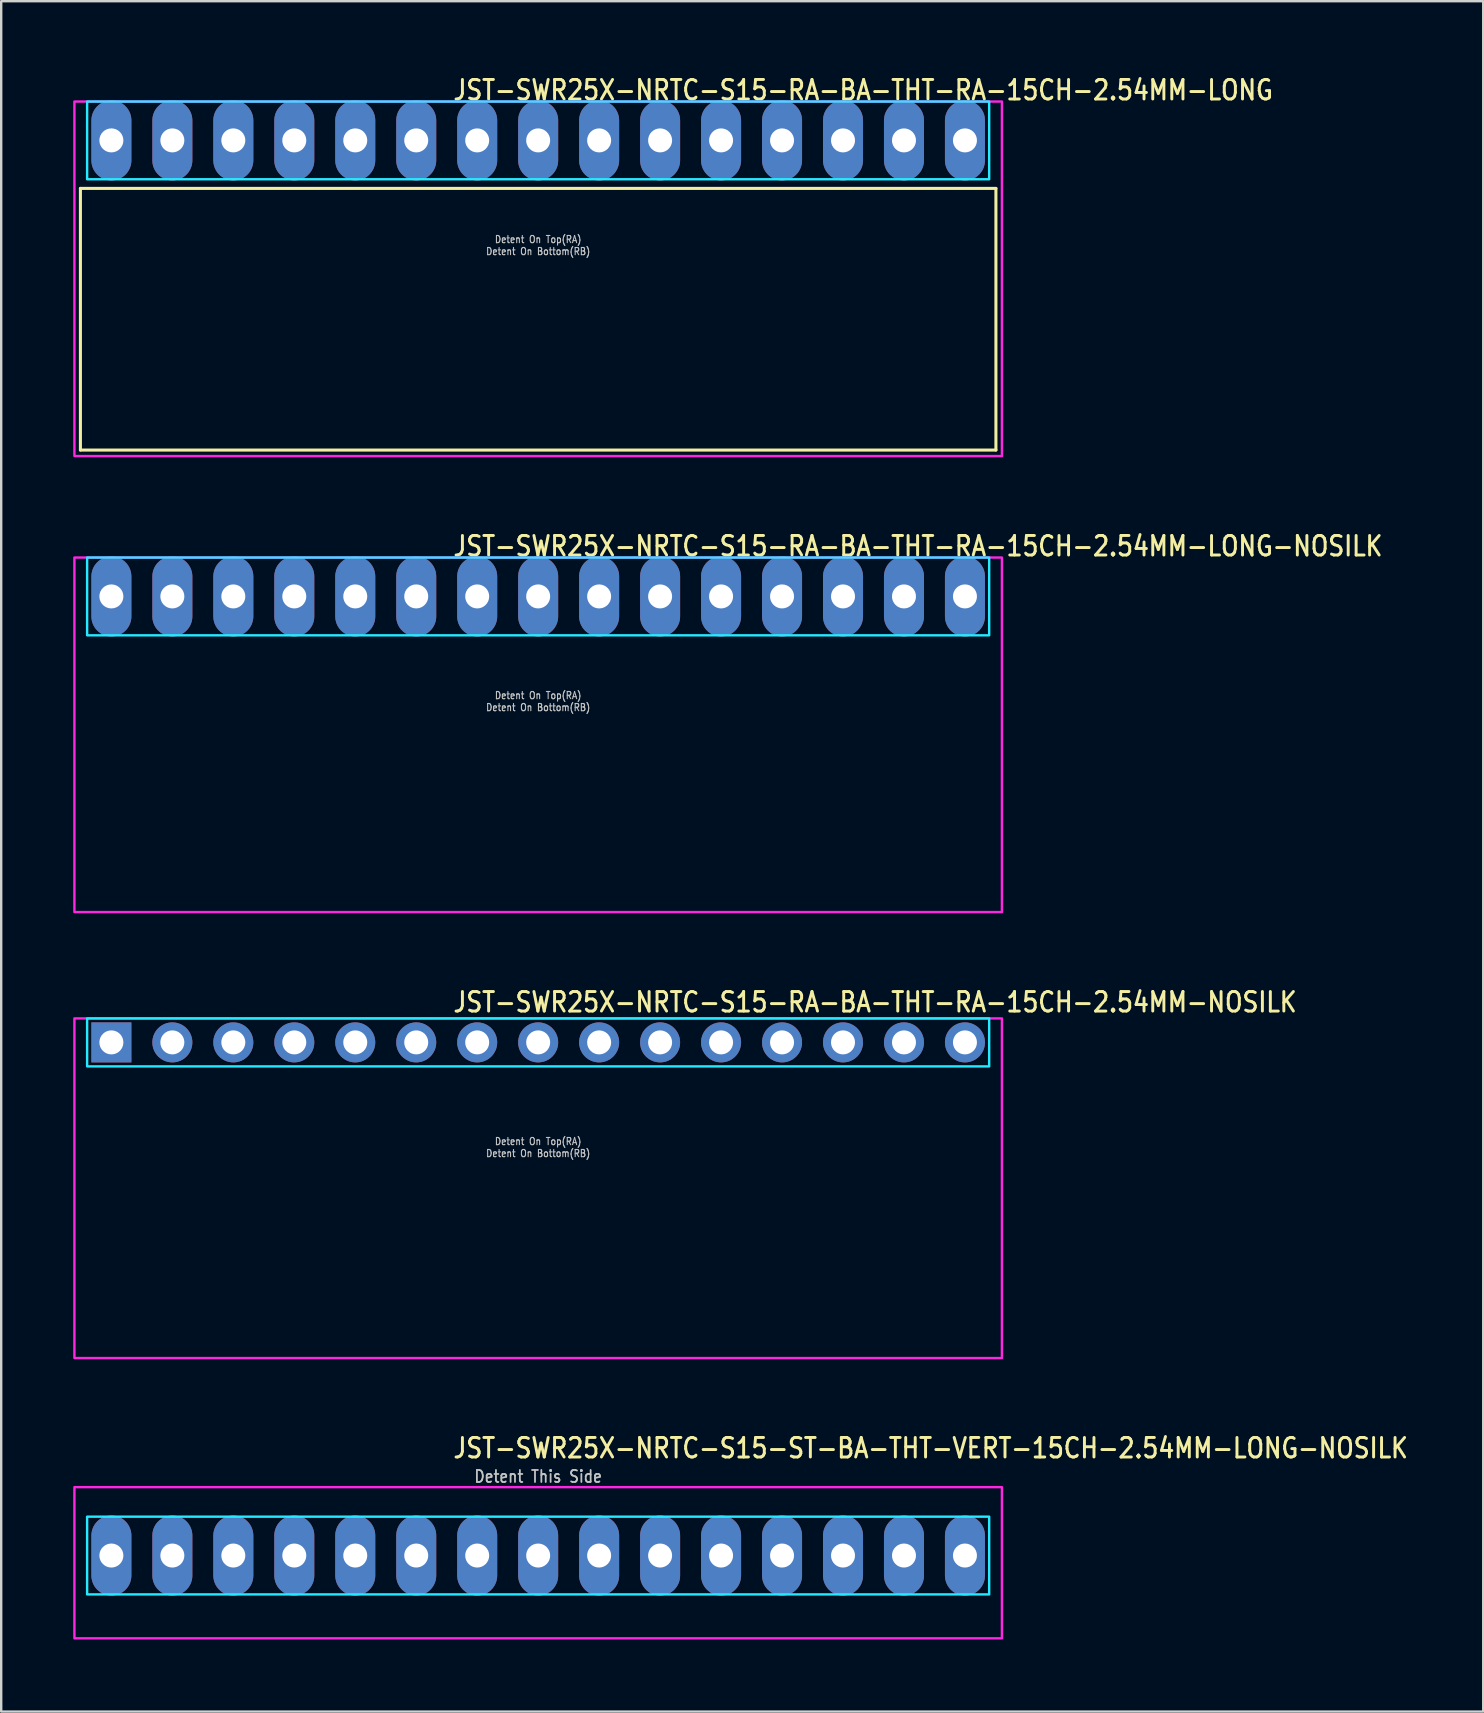
<source format=kicad_pcb>
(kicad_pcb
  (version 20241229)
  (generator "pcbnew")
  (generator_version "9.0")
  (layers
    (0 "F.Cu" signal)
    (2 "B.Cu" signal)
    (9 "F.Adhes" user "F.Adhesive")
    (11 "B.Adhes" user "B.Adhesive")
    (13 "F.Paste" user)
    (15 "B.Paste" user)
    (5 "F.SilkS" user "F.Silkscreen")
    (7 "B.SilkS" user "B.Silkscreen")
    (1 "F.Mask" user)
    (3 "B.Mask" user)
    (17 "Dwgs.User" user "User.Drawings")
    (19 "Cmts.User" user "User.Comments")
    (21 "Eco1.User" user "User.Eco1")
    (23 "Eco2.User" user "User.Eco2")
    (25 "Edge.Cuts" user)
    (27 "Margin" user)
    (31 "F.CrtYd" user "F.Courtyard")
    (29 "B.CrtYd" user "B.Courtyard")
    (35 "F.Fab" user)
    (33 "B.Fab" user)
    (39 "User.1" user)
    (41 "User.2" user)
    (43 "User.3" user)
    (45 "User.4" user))
  (footprint "JST-SWR25X-NRTC-S15-RA-BA-THT-RA-15CH-2.54MM-LONG"
    (layer "F.Cu")
    (at 19.37 2.799)
    (property "Reference" "JST-SWR25X-NRTC-S15-RA-BA-THT-RA-15CH-2.54MM-LONG" (at -3.6 -1.62 0) (unlocked yes) (layer "F.SilkS") (effects (font (size 0.813 0.695) (thickness 0.122)) (justify left bottom)))
    (fp_line (start -19.07 2) (end 19.07 2) (stroke (width 0.127) (type solid)) (layer "F.SilkS"))
    (fp_line (start -19.07 12.9) (end -19.07 2) (stroke (width 0.127) (type solid)) (layer "F.SilkS"))
    (fp_line (start -19.07 12.9) (end 19.07 12.9) (stroke (width 0.127) (type solid)) (layer "F.SilkS"))
    (fp_line (start 19.07 2) (end 19.07 12.9) (stroke (width 0.127) (type solid)) (layer "F.SilkS"))
    (fp_poly (pts (xy -18.79 -1.62) (xy -18.79 1.62) (xy 18.79 1.62) (xy 18.79 -1.62)) (stroke (width 0.1) (type solid)) (fill no) (layer "B.CrtYd"))
    (fp_poly (pts (xy -19.32 -1.62) (xy -19.32 13.15) (xy 19.32 13.15) (xy 19.32 -1.62)) (stroke (width 0.1) (type solid)) (fill no) (layer "F.CrtYd"))
    (fp_text user "Detent On Top(RA)" (at 0 4.3 0) (unlocked yes) (layer "Dwgs.User") (effects (font (size 0.3 0.257) (thickness 0.045)) (justify bottom)))
    (fp_text user "Detent On Bottom(RB)" (at 0 4.8 0) (unlocked yes) (layer "Dwgs.User") (effects (font (size 0.3 0.257) (thickness 0.045)) (justify bottom)))
    (pad "1" thru_hole oval (at -17.78 0 90) (size 3.333 1.667) (drill 1) (layers "*.Cu" "*.Mask"))
    (pad "2" thru_hole oval (at -15.24 0 90) (size 3.333 1.667) (drill 1) (layers "*.Cu" "*.Mask"))
    (pad "3" thru_hole oval (at -12.7 0 90) (size 3.333 1.667) (drill 1) (layers "*.Cu" "*.Mask"))
    (pad "4" thru_hole oval (at -10.16 0 90) (size 3.333 1.667) (drill 1) (layers "*.Cu" "*.Mask"))
    (pad "5" thru_hole oval (at -7.62 0 90) (size 3.333 1.667) (drill 1) (layers "*.Cu" "*.Mask"))
    (pad "6" thru_hole oval (at -5.08 0 90) (size 3.333 1.667) (drill 1) (layers "*.Cu" "*.Mask"))
    (pad "7" thru_hole oval (at -2.54 0 90) (size 3.333 1.667) (drill 1) (layers "*.Cu" "*.Mask"))
    (pad "8" thru_hole oval (at 0 0 90) (size 3.333 1.667) (drill 1) (layers "*.Cu" "*.Mask"))
    (pad "9" thru_hole oval (at 2.54 0 90) (size 3.333 1.667) (drill 1) (layers "*.Cu" "*.Mask"))
    (pad "10" thru_hole oval (at 5.08 0 90) (size 3.333 1.667) (drill 1) (layers "*.Cu" "*.Mask"))
    (pad "11" thru_hole oval (at 7.62 0 90) (size 3.333 1.667) (drill 1) (layers "*.Cu" "*.Mask"))
    (pad "12" thru_hole oval (at 10.16 0 90) (size 3.333 1.667) (drill 1) (layers "*.Cu" "*.Mask"))
    (pad "13" thru_hole oval (at 12.7 0 90) (size 3.333 1.667) (drill 1) (layers "*.Cu" "*.Mask"))
    (pad "14" thru_hole oval (at 15.24 0 90) (size 3.333 1.667) (drill 1) (layers "*.Cu" "*.Mask"))
    (pad "15" thru_hole oval (at 17.78 0 90) (size 3.333 1.667) (drill 1) (layers "*.Cu" "*.Mask")))
  (footprint "JST-SWR25X-NRTC-S15-ST-BA-THT-VERT-15CH-2.54MM-LONG-NOSILK"
    (layer "F.Cu")
    (at 19.37 61.754)
    (property "Reference" "JST-SWR25X-NRTC-S15-ST-BA-THT-VERT-15CH-2.54MM-LONG-NOSILK" (at -3.6 -4 0) (unlocked yes) (layer "F.SilkS") (effects (font (size 0.813 0.695) (thickness 0.122)) (justify left bottom)))
    (fp_poly (pts (xy -18.79 -1.62) (xy -18.79 1.62) (xy 18.79 1.62) (xy 18.79 -1.62)) (stroke (width 0.1) (type solid)) (fill no) (layer "B.CrtYd"))
    (fp_poly (pts (xy -19.32 -2.85) (xy -19.32 3.45) (xy 19.32 3.45) (xy 19.32 -2.85)) (stroke (width 0.1) (type solid)) (fill no) (layer "F.CrtYd"))
    (fp_text user "Detent This Side" (at 0 -3 0) (unlocked yes) (layer "Dwgs.User") (effects (font (size 0.5 0.427) (thickness 0.075)) (justify bottom)))
    (pad "1" thru_hole oval (at -17.78 0 90) (size 3.333 1.667) (drill 1) (layers "*.Cu" "*.Mask"))
    (pad "2" thru_hole oval (at -15.24 0 90) (size 3.333 1.667) (drill 1) (layers "*.Cu" "*.Mask"))
    (pad "3" thru_hole oval (at -12.7 0 90) (size 3.333 1.667) (drill 1) (layers "*.Cu" "*.Mask"))
    (pad "4" thru_hole oval (at -10.16 0 90) (size 3.333 1.667) (drill 1) (layers "*.Cu" "*.Mask"))
    (pad "5" thru_hole oval (at -7.62 0 90) (size 3.333 1.667) (drill 1) (layers "*.Cu" "*.Mask"))
    (pad "6" thru_hole oval (at -5.08 0 90) (size 3.333 1.667) (drill 1) (layers "*.Cu" "*.Mask"))
    (pad "7" thru_hole oval (at -2.54 0 90) (size 3.333 1.667) (drill 1) (layers "*.Cu" "*.Mask"))
    (pad "8" thru_hole oval (at 0 0 90) (size 3.333 1.667) (drill 1) (layers "*.Cu" "*.Mask"))
    (pad "9" thru_hole oval (at 2.54 0 90) (size 3.333 1.667) (drill 1) (layers "*.Cu" "*.Mask"))
    (pad "10" thru_hole oval (at 5.08 0 90) (size 3.333 1.667) (drill 1) (layers "*.Cu" "*.Mask"))
    (pad "11" thru_hole oval (at 7.62 0 90) (size 3.333 1.667) (drill 1) (layers "*.Cu" "*.Mask"))
    (pad "12" thru_hole oval (at 10.16 0 90) (size 3.333 1.667) (drill 1) (layers "*.Cu" "*.Mask"))
    (pad "13" thru_hole oval (at 12.7 0 90) (size 3.333 1.667) (drill 1) (layers "*.Cu" "*.Mask"))
    (pad "14" thru_hole oval (at 15.24 0 90) (size 3.333 1.667) (drill 1) (layers "*.Cu" "*.Mask"))
    (pad "15" thru_hole oval (at 17.78 0 90) (size 3.333 1.667) (drill 1) (layers "*.Cu" "*.Mask")))
  (footprint "JST-SWR25X-NRTC-S15-RA-BA-THT-RA-15CH-2.54MM-LONG-NOSILK"
    (layer "F.Cu")
    (at 19.37 21.797)
    (property "Reference" "JST-SWR25X-NRTC-S15-RA-BA-THT-RA-15CH-2.54MM-LONG-NOSILK" (at -3.6 -1.62 0) (unlocked yes) (layer "F.SilkS") (effects (font (size 0.813 0.695) (thickness 0.122)) (justify left bottom)))
    (fp_poly (pts (xy -18.79 -1.62) (xy -18.79 1.62) (xy 18.79 1.62) (xy 18.79 -1.62)) (stroke (width 0.1) (type solid)) (fill no) (layer "B.CrtYd"))
    (fp_poly (pts (xy -19.32 -1.62) (xy -19.32 13.15) (xy 19.32 13.15) (xy 19.32 -1.62)) (stroke (width 0.1) (type solid)) (fill no) (layer "F.CrtYd"))
    (fp_text user "Detent On Bottom(RB)" (at 0 4.8 0) (unlocked yes) (layer "Dwgs.User") (effects (font (size 0.3 0.257) (thickness 0.045)) (justify bottom)))
    (fp_text user "Detent On Top(RA)" (at 0 4.3 0) (unlocked yes) (layer "Dwgs.User") (effects (font (size 0.3 0.257) (thickness 0.045)) (justify bottom)))
    (pad "1" thru_hole oval (at -17.78 0 90) (size 3.333 1.667) (drill 1) (layers "*.Cu" "*.Mask"))
    (pad "2" thru_hole oval (at -15.24 0 90) (size 3.333 1.667) (drill 1) (layers "*.Cu" "*.Mask"))
    (pad "3" thru_hole oval (at -12.7 0 90) (size 3.333 1.667) (drill 1) (layers "*.Cu" "*.Mask"))
    (pad "4" thru_hole oval (at -10.16 0 90) (size 3.333 1.667) (drill 1) (layers "*.Cu" "*.Mask"))
    (pad "5" thru_hole oval (at -7.62 0 90) (size 3.333 1.667) (drill 1) (layers "*.Cu" "*.Mask"))
    (pad "6" thru_hole oval (at -5.08 0 90) (size 3.333 1.667) (drill 1) (layers "*.Cu" "*.Mask"))
    (pad "7" thru_hole oval (at -2.54 0 90) (size 3.333 1.667) (drill 1) (layers "*.Cu" "*.Mask"))
    (pad "8" thru_hole oval (at 0 0 90) (size 3.333 1.667) (drill 1) (layers "*.Cu" "*.Mask"))
    (pad "9" thru_hole oval (at 2.54 0 90) (size 3.333 1.667) (drill 1) (layers "*.Cu" "*.Mask"))
    (pad "10" thru_hole oval (at 5.08 0 90) (size 3.333 1.667) (drill 1) (layers "*.Cu" "*.Mask"))
    (pad "11" thru_hole oval (at 7.62 0 90) (size 3.333 1.667) (drill 1) (layers "*.Cu" "*.Mask"))
    (pad "12" thru_hole oval (at 10.16 0 90) (size 3.333 1.667) (drill 1) (layers "*.Cu" "*.Mask"))
    (pad "13" thru_hole oval (at 12.7 0 90) (size 3.333 1.667) (drill 1) (layers "*.Cu" "*.Mask"))
    (pad "14" thru_hole oval (at 15.24 0 90) (size 3.333 1.667) (drill 1) (layers "*.Cu" "*.Mask"))
    (pad "15" thru_hole oval (at 17.78 0 90) (size 3.333 1.667) (drill 1) (layers "*.Cu" "*.Mask")))
  (footprint "JST-SWR25X-NRTC-S15-RA-BA-THT-RA-15CH-2.54MM-NOSILK"
    (layer "F.Cu")
    (at 19.37 40.376)
    (property "Reference" "JST-SWR25X-NRTC-S15-RA-BA-THT-RA-15CH-2.54MM-NOSILK" (at -3.6 -1.2 0) (unlocked yes) (layer "F.SilkS") (effects (font (size 0.813 0.695) (thickness 0.122)) (justify left bottom)))
    (fp_poly (pts (xy -18.79 -1) (xy -18.79 1) (xy 18.79 1) (xy 18.79 -1)) (stroke (width 0.1) (type solid)) (fill no) (layer "B.CrtYd"))
    (fp_poly (pts (xy -19.32 -1) (xy -19.32 13.15) (xy 19.32 13.15) (xy 19.32 -1)) (stroke (width 0.1) (type solid)) (fill no) (layer "F.CrtYd"))
    (fp_text user "Detent On Bottom(RB)" (at 0 4.8 0) (unlocked yes) (layer "Dwgs.User") (effects (font (size 0.3 0.257) (thickness 0.045)) (justify bottom)))
    (fp_text user "Detent On Top(RA)" (at 0 4.3 0) (unlocked yes) (layer "Dwgs.User") (effects (font (size 0.3 0.257) (thickness 0.045)) (justify bottom)))
    (pad "1" thru_hole rect (at -17.78 0) (size 1.667 1.667) (drill 1) (layers "*.Cu" "*.Mask"))
    (pad "2" thru_hole oval (at -15.24 0) (size 1.667 1.667) (drill 1) (layers "*.Cu" "*.Mask"))
    (pad "3" thru_hole oval (at -12.7 0) (size 1.667 1.667) (drill 1) (layers "*.Cu" "*.Mask"))
    (pad "4" thru_hole oval (at -10.16 0) (size 1.667 1.667) (drill 1) (layers "*.Cu" "*.Mask"))
    (pad "5" thru_hole oval (at -7.62 0) (size 1.667 1.667) (drill 1) (layers "*.Cu" "*.Mask"))
    (pad "6" thru_hole oval (at -5.08 0) (size 1.667 1.667) (drill 1) (layers "*.Cu" "*.Mask"))
    (pad "7" thru_hole oval (at -2.54 0) (size 1.667 1.667) (drill 1) (layers "*.Cu" "*.Mask"))
    (pad "8" thru_hole oval (at 0 0) (size 1.667 1.667) (drill 1) (layers "*.Cu" "*.Mask"))
    (pad "9" thru_hole oval (at 2.54 0) (size 1.667 1.667) (drill 1) (layers "*.Cu" "*.Mask"))
    (pad "10" thru_hole oval (at 5.08 0) (size 1.667 1.667) (drill 1) (layers "*.Cu" "*.Mask"))
    (pad "11" thru_hole oval (at 7.62 0) (size 1.667 1.667) (drill 1) (layers "*.Cu" "*.Mask"))
    (pad "12" thru_hole oval (at 10.16 0) (size 1.667 1.667) (drill 1) (layers "*.Cu" "*.Mask"))
    (pad "13" thru_hole oval (at 12.7 0) (size 1.667 1.667) (drill 1) (layers "*.Cu" "*.Mask"))
    (pad "14" thru_hole oval (at 15.24 0) (size 1.667 1.667) (drill 1) (layers "*.Cu" "*.Mask"))
    (pad "15" thru_hole oval (at 17.78 0) (size 1.667 1.667) (drill 1) (layers "*.Cu" "*.Mask")))
  (gr_rect
    (start -3 -3)
    (end 58.741 68.254)
    (stroke (width 0.1) (type default))
    (fill no)
    (layer "Edge.Cuts")))
</source>
